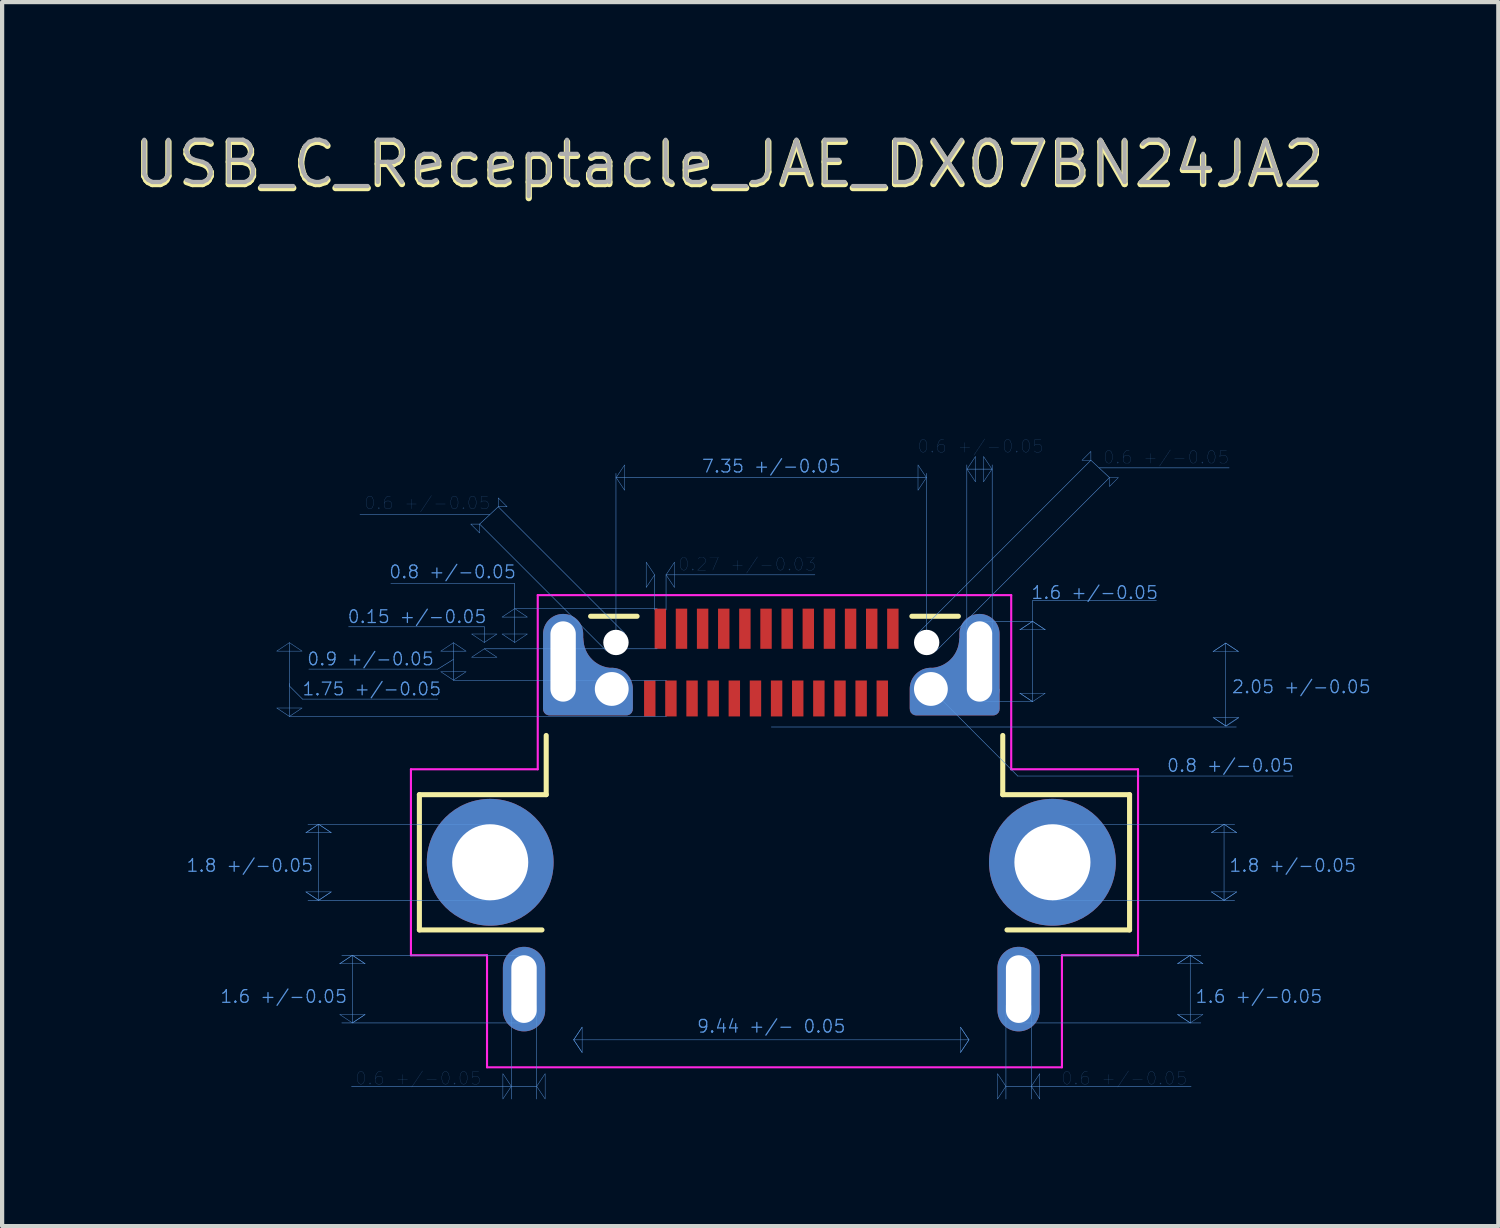
<source format=kicad_pcb>
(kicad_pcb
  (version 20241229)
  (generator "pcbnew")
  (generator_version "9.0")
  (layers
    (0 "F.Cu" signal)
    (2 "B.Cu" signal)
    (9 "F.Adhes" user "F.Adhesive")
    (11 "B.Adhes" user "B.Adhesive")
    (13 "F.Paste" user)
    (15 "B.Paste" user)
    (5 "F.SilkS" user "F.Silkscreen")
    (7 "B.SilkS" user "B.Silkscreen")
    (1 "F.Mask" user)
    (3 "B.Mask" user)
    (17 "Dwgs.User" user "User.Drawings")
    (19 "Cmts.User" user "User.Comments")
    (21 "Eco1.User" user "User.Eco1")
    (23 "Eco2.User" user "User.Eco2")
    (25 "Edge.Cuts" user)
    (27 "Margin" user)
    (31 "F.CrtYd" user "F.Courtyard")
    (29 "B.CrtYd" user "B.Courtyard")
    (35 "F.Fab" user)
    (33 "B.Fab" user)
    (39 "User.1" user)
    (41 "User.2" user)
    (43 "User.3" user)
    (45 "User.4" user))
  (footprint "USB_C_Receptacle_JAE_DX07BN24JA2"
    (layer "F.Cu")
    (at 15.196 12.148)
    (property "Reference" "USB_C_Receptacle_JAE_DX07BN24JA2" (at -1 -11.3 0) (layer "F.SilkS") (effects (font (size 1 1) (thickness 0.15))))
    (attr through_hole)
    (fp_line (start -8.325 3.6) (end -8.325 6.8) (stroke (width 0.12) (type solid)) (layer "F.SilkS"))
    (fp_line (start -8.325 3.6) (end -5.325 3.6) (stroke (width 0.12) (type solid)) (layer "F.SilkS"))
    (fp_line (start -8.325 6.8) (end -5.425 6.8) (stroke (width 0.12) (type solid)) (layer "F.SilkS"))
    (fp_line (start -5.325 2.2) (end -5.325 3.6) (stroke (width 0.12) (type solid)) (layer "F.SilkS"))
    (fp_line (start -4.275 -0.62) (end -3.175 -0.62) (stroke (width 0.12) (type solid)) (layer "F.SilkS"))
    (fp_line (start 4.425 -0.62) (end 3.325 -0.62) (stroke (width 0.12) (type solid)) (layer "F.SilkS"))
    (fp_line (start 5.475 2.2) (end 5.475 3.6) (stroke (width 0.12) (type solid)) (layer "F.SilkS"))
    (fp_line (start 8.475 3.6) (end 5.475 3.6) (stroke (width 0.12) (type solid)) (layer "F.SilkS"))
    (fp_line (start 8.475 3.6) (end 8.475 6.8) (stroke (width 0.12) (type solid)) (layer "F.SilkS"))
    (fp_line (start 8.475 6.8) (end 5.575 6.8) (stroke (width 0.12) (type solid)) (layer "F.SilkS"))
    (fp_line (start -11.4 0) (end 11 0) (stroke (width 0.001) (type solid)) (layer "Cmts.User"))
    (fp_line (start -11.4 0.97) (end -11.4 1.03) (stroke (width 0.012) (type solid)) (layer "Cmts.User"))
    (fp_line (start -11.4 1.03) (end -11.09 1.34) (stroke (width 0.012) (type solid)) (layer "Cmts.User"))
    (fp_line (start -11.4 1.75) (end -11.4 0.006) (stroke (width 0.012) (type solid)) (layer "Cmts.User"))
    (fp_line (start -11.4 1.75) (end -2.48 1.75) (stroke (width 0.012) (type solid)) (layer "Cmts.User"))
    (fp_line (start -10.94 0.63) (end -7.89 0.63) (stroke (width 0.012) (type solid)) (layer "Cmts.User"))
    (fp_line (start -10.71 4.3) (end -11.01 4.5) (stroke (width 0.012) (type solid)) (layer "Cmts.User"))
    (fp_line (start -10.71 4.3) (end -10.41 4.5) (stroke (width 0.012) (type solid)) (layer "Cmts.User"))
    (fp_line (start -10.71 6.1) (end -11.01 5.9) (stroke (width 0.012) (type solid)) (layer "Cmts.User"))
    (fp_line (start -10.71 6.1) (end -10.71 4.3) (stroke (width 0.012) (type solid)) (layer "Cmts.User"))
    (fp_line (start -10.71 6.1) (end -10.41 5.9) (stroke (width 0.012) (type solid)) (layer "Cmts.User"))
    (fp_line (start -10 -0.37) (end -6.79 -0.37) (stroke (width 0.012) (type solid)) (layer "Cmts.User"))
    (fp_line (start -9.91 7.4) (end -10.21 7.6) (stroke (width 0.012) (type solid)) (layer "Cmts.User"))
    (fp_line (start -9.91 7.4) (end -9.61 7.6) (stroke (width 0.012) (type solid)) (layer "Cmts.User"))
    (fp_line (start -9.91 9) (end -9.91 7.4) (stroke (width 0.012) (type solid)) (layer "Cmts.User"))
    (fp_line (start -9.91 9) (end -9.61 8.8) (stroke (width 0.012) (type solid)) (layer "Cmts.User"))
    (fp_line (start -9 -1.39) (end -6.07 -1.39) (stroke (width 0.012) (type solid)) (layer "Cmts.User"))
    (fp_line (start -7.89 0.63) (end -7.52 0.4) (stroke (width 0.012) (type solid)) (layer "Cmts.User"))
    (fp_line (start -7.89 1.34) (end -11.09 1.34) (stroke (width 0.012) (type solid)) (layer "Cmts.User"))
    (fp_line (start -7.52 0.006) (end -7.52 0.891) (stroke (width 0.012) (type solid)) (layer "Cmts.User"))
    (fp_line (start -7.52 0.9) (end -2.48 0.9) (stroke (width 0.012) (type solid)) (layer "Cmts.User"))
    (fp_line (start -6.9 -2.8) (end -3.9 0.2) (stroke (width 0.012) (type solid)) (layer "Cmts.User"))
    (fp_line (start -6.79 0) (end -6.79 -0.37) (stroke (width 0.012) (type solid)) (layer "Cmts.User"))
    (fp_line (start -6.79 0.15) (end -2.7 0.15) (stroke (width 0.012) (type solid)) (layer "Cmts.User"))
    (fp_line (start -6.66 -3.03) (end -9.73 -3.03) (stroke (width 0.012) (type solid)) (layer "Cmts.User"))
    (fp_line (start -6.65 4.3) (end -10.96 4.3) (stroke (width 0.012) (type solid)) (layer "Cmts.User"))
    (fp_line (start -6.65 6.1) (end -10.96 6.1) (stroke (width 0.012) (type solid)) (layer "Cmts.User"))
    (fp_line (start -6.46 -3.21) (end -6.9 -2.8) (stroke (width 0.012) (type solid)) (layer "Cmts.User"))
    (fp_line (start -6.46 -3.21) (end -3.47 -0.22) (stroke (width 0.012) (type solid)) (layer "Cmts.User"))
    (fp_line (start -6.15 10.8) (end -6.15 8.59) (stroke (width 0.012) (type solid)) (layer "Cmts.User"))
    (fp_line (start -6.07 -0.8) (end -2.7 -0.8) (stroke (width 0.012) (type solid)) (layer "Cmts.User"))
    (fp_line (start -6.07 0) (end -6.07 -1.39) (stroke (width 0.012) (type solid)) (layer "Cmts.User"))
    (fp_line (start -5.85 7.4) (end -10.16 7.4) (stroke (width 0.012) (type solid)) (layer "Cmts.User"))
    (fp_line (start -5.85 9) (end -10.16 9) (stroke (width 0.012) (type solid)) (layer "Cmts.User"))
    (fp_line (start -5.55 10.5) (end -9.93 10.5) (stroke (width 0.012) (type solid)) (layer "Cmts.User"))
    (fp_line (start -5.55 10.8) (end -5.55 8.59) (stroke (width 0.012) (type solid)) (layer "Cmts.User"))
    (fp_line (start -4.675 9.4) (end -4.475 9.1) (stroke (width 0.012) (type solid)) (layer "Cmts.User"))
    (fp_line (start -4.675 9.4) (end -4.475 9.7) (stroke (width 0.012) (type solid)) (layer "Cmts.User"))
    (fp_line (start -4.675 9.4) (end 4.675 9.4) (stroke (width 0.012) (type solid)) (layer "Cmts.User"))
    (fp_line (start -3.675 -4) (end -3.675 0) (stroke (width 0.012) (type solid)) (layer "Cmts.User"))
    (fp_line (start -3.675 -3.9) (end 3.675 -3.9) (stroke (width 0.012) (type solid)) (layer "Cmts.User"))
    (fp_line (start -2.76 -1.6) (end -2.76 -0.77) (stroke (width 0.012) (type solid)) (layer "Cmts.User"))
    (fp_line (start -2.49 -1.6) (end -2.49 -0.77) (stroke (width 0.012) (type solid)) (layer "Cmts.User"))
    (fp_line (start -2.49 -1.6) (end 1.03 -1.6) (stroke (width 0.012) (type solid)) (layer "Cmts.User"))
    (fp_line (start 0 2) (end 11 2) (stroke (width 0.012) (type solid)) (layer "Cmts.User"))
    (fp_line (start 3.375 1.1) (end 4.175 1.1) (stroke (width 0.012) (type solid)) (layer "Cmts.User"))
    (fp_line (start 3.675 -4) (end 3.675 0) (stroke (width 0.012) (type solid)) (layer "Cmts.User"))
    (fp_line (start 3.775 1.1) (end 5.83 3.16) (stroke (width 0.012) (type solid)) (layer "Cmts.User"))
    (fp_line (start 3.775 1.5) (end 3.775 0.7) (stroke (width 0.012) (type solid)) (layer "Cmts.User"))
    (fp_line (start 4.625 -4.2) (end 4.625 -0.2) (stroke (width 0.012) (type solid)) (layer "Cmts.User"))
    (fp_line (start 4.63 -4.1) (end 5.225 -4.1) (stroke (width 0.012) (type solid)) (layer "Cmts.User"))
    (fp_line (start 4.675 9.4) (end 4.475 9.1) (stroke (width 0.012) (type solid)) (layer "Cmts.User"))
    (fp_line (start 4.675 9.4) (end 4.475 9.7) (stroke (width 0.012) (type solid)) (layer "Cmts.User"))
    (fp_line (start 4.93 -0.5) (end 6.18 -0.5) (stroke (width 0.012) (type solid)) (layer "Cmts.User"))
    (fp_line (start 4.93 1.4) (end 6.18 1.4) (stroke (width 0.012) (type solid)) (layer "Cmts.User"))
    (fp_line (start 5.225 -4.2) (end 5.225 -0.2) (stroke (width 0.012) (type solid)) (layer "Cmts.User"))
    (fp_line (start 5.55 10.5) (end 9.93 10.5) (stroke (width 0.012) (type solid)) (layer "Cmts.User"))
    (fp_line (start 5.55 10.8) (end 5.55 8.59) (stroke (width 0.012) (type solid)) (layer "Cmts.User"))
    (fp_line (start 5.83 3.16) (end 12.34 3.16) (stroke (width 0.012) (type solid)) (layer "Cmts.User"))
    (fp_line (start 5.85 7.4) (end 10.16 7.4) (stroke (width 0.012) (type solid)) (layer "Cmts.User"))
    (fp_line (start 5.85 9) (end 10.16 9) (stroke (width 0.012) (type solid)) (layer "Cmts.User"))
    (fp_line (start 6.15 10.8) (end 6.15 8.59) (stroke (width 0.012) (type solid)) (layer "Cmts.User"))
    (fp_line (start 6.18 -0.99) (end 9.11 -0.99) (stroke (width 0.012) (type solid)) (layer "Cmts.User"))
    (fp_line (start 6.18 -0.5) (end 5.88 -0.3) (stroke (width 0.012) (type solid)) (layer "Cmts.User"))
    (fp_line (start 6.18 -0.5) (end 6.48 -0.3) (stroke (width 0.012) (type solid)) (layer "Cmts.User"))
    (fp_line (start 6.18 1.4) (end 5.88 1.2) (stroke (width 0.012) (type solid)) (layer "Cmts.User"))
    (fp_line (start 6.18 1.4) (end 6.18 -0.99) (stroke (width 0.012) (type solid)) (layer "Cmts.User"))
    (fp_line (start 6.65 4.3) (end 10.96 4.3) (stroke (width 0.012) (type solid)) (layer "Cmts.User"))
    (fp_line (start 6.65 6.1) (end 10.96 6.1) (stroke (width 0.012) (type solid)) (layer "Cmts.User"))
    (fp_line (start 7.56 -4.31) (end 3.46 -0.21) (stroke (width 0.012) (type solid)) (layer "Cmts.User"))
    (fp_line (start 7.56 -4.31) (end 8 -3.9) (stroke (width 0.012) (type solid)) (layer "Cmts.User"))
    (fp_line (start 7.76 -4.13) (end 10.83 -4.13) (stroke (width 0.012) (type solid)) (layer "Cmts.User"))
    (fp_line (start 8 -3.9) (end 3.9 0.2) (stroke (width 0.012) (type solid)) (layer "Cmts.User"))
    (fp_line (start 9.91 7.4) (end 9.61 7.6) (stroke (width 0.012) (type solid)) (layer "Cmts.User"))
    (fp_line (start 9.91 7.4) (end 10.21 7.6) (stroke (width 0.012) (type solid)) (layer "Cmts.User"))
    (fp_line (start 9.91 9) (end 9.61 8.8) (stroke (width 0.012) (type solid)) (layer "Cmts.User"))
    (fp_line (start 9.91 9) (end 9.91 7.4) (stroke (width 0.012) (type solid)) (layer "Cmts.User"))
    (fp_line (start 10.71 4.3) (end 10.41 4.5) (stroke (width 0.012) (type solid)) (layer "Cmts.User"))
    (fp_line (start 10.71 4.3) (end 11.01 4.5) (stroke (width 0.012) (type solid)) (layer "Cmts.User"))
    (fp_line (start 10.71 6.1) (end 10.41 5.9) (stroke (width 0.012) (type solid)) (layer "Cmts.User"))
    (fp_line (start 10.71 6.1) (end 10.71 4.3) (stroke (width 0.012) (type solid)) (layer "Cmts.User"))
    (fp_line (start 10.71 6.1) (end 11.01 5.9) (stroke (width 0.012) (type solid)) (layer "Cmts.User"))
    (fp_line (start 10.75 0.015) (end 10.45 0.215) (stroke (width 0.012) (type solid)) (layer "Cmts.User"))
    (fp_line (start 10.75 0.015) (end 11.05 0.215) (stroke (width 0.012) (type solid)) (layer "Cmts.User"))
    (fp_line (start 10.75 1.975) (end 10.45 1.775) (stroke (width 0.012) (type solid)) (layer "Cmts.User"))
    (fp_line (start 10.75 1.975) (end 10.75 0.015) (stroke (width 0.012) (type solid)) (layer "Cmts.User"))
    (fp_line (start 10.75 1.975) (end 11.05 1.775) (stroke (width 0.012) (type solid)) (layer "Cmts.User"))
    (fp_circle (center 3.775 1.1) (end 3.927 1.1) (stroke (width 0.012) (type solid)) (fill no) (layer "Cmts.User"))
    (fp_poly (pts (xy -11.4 0.005) (xy -11.1 0.205) (xy -11.7 0.205)) (stroke (width 0.01) (type solid)) (fill no) (layer "Cmts.User"))
    (fp_poly (pts (xy -11.4 1.75) (xy -11.7 1.55) (xy -11.1 1.55)) (stroke (width 0.01) (type solid)) (fill no) (layer "Cmts.User"))
    (fp_poly (pts (xy -10.71 4.3) (xy -11.01 4.5) (xy -10.41 4.5)) (stroke (width 0.01) (type solid)) (fill no) (layer "Cmts.User"))
    (fp_poly (pts (xy -10.71 6.1) (xy -10.41 5.9) (xy -11.01 5.9)) (stroke (width 0.01) (type solid)) (fill no) (layer "Cmts.User"))
    (fp_poly (pts (xy -9.91 7.4) (xy -10.21 7.6) (xy -9.61 7.6)) (stroke (width 0.01) (type solid)) (fill no) (layer "Cmts.User"))
    (fp_poly (pts (xy -9.91 9) (xy -9.61 8.8) (xy -10.21 8.8)) (stroke (width 0.01) (type solid)) (fill no) (layer "Cmts.User"))
    (fp_poly (pts (xy -7.52 0.006) (xy -7.22 0.206) (xy -7.82 0.206)) (stroke (width 0.01) (type solid)) (fill no) (layer "Cmts.User"))
    (fp_poly (pts (xy -7.52 0.892) (xy -7.82 0.692) (xy -7.22 0.692)) (stroke (width 0.01) (type solid)) (fill no) (layer "Cmts.User"))
    (fp_poly (pts (xy -6.9 -2.59) (xy -6.9 -2.8) (xy -7.11 -2.8)) (stroke (width 0.01) (type solid)) (fill no) (layer "Cmts.User"))
    (fp_poly (pts (xy -6.79 0) (xy -7.09 -0.2) (xy -6.49 -0.2)) (stroke (width 0.01) (type solid)) (fill no) (layer "Cmts.User"))
    (fp_poly (pts (xy -6.79 0.15) (xy -6.49 0.35) (xy -7.09 0.35)) (stroke (width 0.01) (type solid)) (fill no) (layer "Cmts.User"))
    (fp_poly (pts (xy -6.46 -3.42) (xy -6.46 -3.21) (xy -6.25 -3.21)) (stroke (width 0.01) (type solid)) (fill no) (layer "Cmts.User"))
    (fp_poly (pts (xy -6.15 10.5) (xy -6.35 10.2) (xy -6.35 10.8)) (stroke (width 0.01) (type solid)) (fill no) (layer "Cmts.User"))
    (fp_poly (pts (xy -6.07 -0.8) (xy -5.77 -0.6) (xy -6.37 -0.6)) (stroke (width 0.01) (type solid)) (fill no) (layer "Cmts.User"))
    (fp_poly (pts (xy -6.07 0) (xy -6.37 -0.2) (xy -5.77 -0.2)) (stroke (width 0.01) (type solid)) (fill no) (layer "Cmts.User"))
    (fp_poly (pts (xy -5.55 10.5) (xy -5.35 10.8) (xy -5.35 10.2)) (stroke (width 0.01) (type solid)) (fill no) (layer "Cmts.User"))
    (fp_poly (pts (xy -4.675 9.4) (xy -4.475 9.1) (xy -4.475 9.7)) (stroke (width 0.01) (type solid)) (fill no) (layer "Cmts.User"))
    (fp_poly (pts (xy -3.67 -3.9) (xy -3.47 -4.2) (xy -3.47 -3.6)) (stroke (width 0.01) (type solid)) (fill no) (layer "Cmts.User"))
    (fp_poly (pts (xy -2.76 -1.6) (xy -2.96 -1.3) (xy -2.96 -1.9)) (stroke (width 0.01) (type solid)) (fill no) (layer "Cmts.User"))
    (fp_poly (pts (xy -2.49 -1.6) (xy -2.29 -1.9) (xy -2.29 -1.3)) (stroke (width 0.01) (type solid)) (fill no) (layer "Cmts.User"))
    (fp_poly (pts (xy 3.67 -3.9) (xy 3.47 -3.6) (xy 3.47 -4.2)) (stroke (width 0.01) (type solid)) (fill no) (layer "Cmts.User"))
    (fp_poly (pts (xy 4.63 -4.1) (xy 4.83 -4.4) (xy 4.83 -3.8)) (stroke (width 0.01) (type solid)) (fill no) (layer "Cmts.User"))
    (fp_poly (pts (xy 4.675 9.4) (xy 4.475 9.7) (xy 4.475 9.1)) (stroke (width 0.01) (type solid)) (fill no) (layer "Cmts.User"))
    (fp_poly (pts (xy 5.22 -4.1) (xy 5.02 -3.8) (xy 5.02 -4.4)) (stroke (width 0.01) (type solid)) (fill no) (layer "Cmts.User"))
    (fp_poly (pts (xy 5.55 10.5) (xy 5.35 10.8) (xy 5.35 10.2)) (stroke (width 0.01) (type solid)) (fill no) (layer "Cmts.User"))
    (fp_poly (pts (xy 6.15 10.5) (xy 6.35 10.2) (xy 6.35 10.8)) (stroke (width 0.01) (type solid)) (fill no) (layer "Cmts.User"))
    (fp_poly (pts (xy 6.18 -0.5) (xy 6.48 -0.3) (xy 5.88 -0.3)) (stroke (width 0.01) (type solid)) (fill no) (layer "Cmts.User"))
    (fp_poly (pts (xy 6.18 1.4) (xy 5.88 1.2) (xy 6.48 1.2)) (stroke (width 0.01) (type solid)) (fill no) (layer "Cmts.User"))
    (fp_poly (pts (xy 7.56 -4.52) (xy 7.56 -4.31) (xy 7.35 -4.31)) (stroke (width 0.01) (type solid)) (fill no) (layer "Cmts.User"))
    (fp_poly (pts (xy 8 -3.69) (xy 8 -3.9) (xy 8.21 -3.9)) (stroke (width 0.01) (type solid)) (fill no) (layer "Cmts.User"))
    (fp_poly (pts (xy 9.91 7.4) (xy 10.21 7.6) (xy 9.61 7.6)) (stroke (width 0.01) (type solid)) (fill no) (layer "Cmts.User"))
    (fp_poly (pts (xy 9.91 9) (xy 9.61 8.8) (xy 10.21 8.8)) (stroke (width 0.01) (type solid)) (fill no) (layer "Cmts.User"))
    (fp_poly (pts (xy 10.71 4.3) (xy 11.01 4.5) (xy 10.41 4.5)) (stroke (width 0.01) (type solid)) (fill no) (layer "Cmts.User"))
    (fp_poly (pts (xy 10.71 6.1) (xy 10.41 5.9) (xy 11.01 5.9)) (stroke (width 0.01) (type solid)) (fill no) (layer "Cmts.User"))
    (fp_poly (pts (xy 10.75 0.015) (xy 11.05 0.215) (xy 10.45 0.215)) (stroke (width 0.01) (type solid)) (fill no) (layer "Cmts.User"))
    (fp_poly (pts (xy 10.76 1.98) (xy 10.46 1.78) (xy 11.06 1.78)) (stroke (width 0.01) (type solid)) (fill no) (layer "Cmts.User"))
    (fp_line (start -4.72 2) (end 4.72 2) (stroke (width 0.05) (type solid)) (layer "Eco2.User"))
    (fp_line (start -4.72 2.8) (end -4.72 9.4) (stroke (width 0.05) (type solid)) (layer "Eco2.User"))
    (fp_line (start -4.72 9.4) (end -5.87 9.4) (stroke (width 0.05) (type solid)) (layer "Eco2.User"))
    (fp_line (start 4.72 2.8) (end 4.72 9.4) (stroke (width 0.05) (type solid)) (layer "Eco2.User"))
    (fp_line (start 4.72 9.4) (end 5.87 9.4) (stroke (width 0.05) (type solid)) (layer "Eco2.User"))
    (fp_arc (start -4.72 2.8) (mid -5.120223 2.400112) (end -4.720223 2) (stroke (width 0.05) (type solid)) (layer "Eco2.User"))
    (fp_arc (start 4.719777 2) (mid 5.12 2.399888) (end 4.72 2.8) (stroke (width 0.05) (type solid)) (layer "Eco2.User"))
    (fp_line (start -8.525 3) (end -8.525 7.4) (stroke (width 0.05) (type solid)) (layer "F.CrtYd"))
    (fp_line (start -8.525 7.4) (end -6.725 7.4) (stroke (width 0.05) (type solid)) (layer "F.CrtYd"))
    (fp_line (start -6.725 10.05) (end -6.725 7.4) (stroke (width 0.05) (type solid)) (layer "F.CrtYd"))
    (fp_line (start -6.725 10.05) (end 6.875 10.05) (stroke (width 0.05) (type solid)) (layer "F.CrtYd"))
    (fp_line (start -5.525 -1.12) (end -5.525 3) (stroke (width 0.05) (type solid)) (layer "F.CrtYd"))
    (fp_line (start -5.525 -1.12) (end 5.675 -1.12) (stroke (width 0.05) (type solid)) (layer "F.CrtYd"))
    (fp_line (start -5.525 3) (end -8.525 3) (stroke (width 0.05) (type solid)) (layer "F.CrtYd"))
    (fp_line (start 5.675 -1.12) (end 5.675 3) (stroke (width 0.05) (type solid)) (layer "F.CrtYd"))
    (fp_line (start 5.675 3) (end 8.675 3) (stroke (width 0.05) (type solid)) (layer "F.CrtYd"))
    (fp_line (start 6.875 7.4) (end 6.875 10.05) (stroke (width 0.05) (type solid)) (layer "F.CrtYd"))
    (fp_line (start 8.675 3) (end 8.675 7.4) (stroke (width 0.05) (type solid)) (layer "F.CrtYd"))
    (fp_line (start 8.675 7.4) (end 6.875 7.4) (stroke (width 0.05) (type solid)) (layer "F.CrtYd"))
    (fp_text user "0.8 +/-0.05" (at 10.86 2.91 0) (layer "Cmts.User") (effects (font (size 0.3 0.3) (thickness 0.03))))
    (fp_text user "0.8 +/-0.05" (at -7.54 -1.67 0) (layer "Cmts.User") (effects (font (size 0.3 0.3) (thickness 0.03))))
    (fp_text user "0.6 +/-0.05" (at 9.34 -4.38 180) (layer "Cmts.User") (effects (font (size 0.3 0.3) (thickness 0.003))))
    (fp_text user "1.6 +/-0.05" (at -11.535 8.375 0) (layer "Cmts.User") (effects (font (size 0.3 0.3) (thickness 0.03))))
    (fp_text user "0.9 +/-0.05" (at -9.48 0.39 0) (layer "Cmts.User") (effects (font (size 0.3 0.3) (thickness 0.03))))
    (fp_text user "1.8 +/-0.05" (at -12.335 5.275 0) (layer "Cmts.User") (effects (font (size 0.3 0.3) (thickness 0.03))))
    (fp_text user "0.6 +/-0.05" (at -8.14 -3.3 180) (layer "Cmts.User") (effects (font (size 0.3 0.3) (thickness 0.003))))
    (fp_text user "1.75 +/-0.05" (at -9.45 1.1 0) (layer "Cmts.User") (effects (font (size 0.3 0.3) (thickness 0.03))))
    (fp_text user "9.44 +/- 0.05" (at 0 9.08 0) (layer "Cmts.User") (effects (font (size 0.3 0.3) (thickness 0.03))))
    (fp_text user "0.6 +/-0.05" (at 8.35 10.31 180) (layer "Cmts.User") (effects (font (size 0.3 0.3) (thickness 0.003))))
    (fp_text user "2.05 +/-0.05" (at 12.54 1.05 0) (layer "Cmts.User") (effects (font (size 0.3 0.3) (thickness 0.03))))
    (fp_text user "0.6 +/-0.05" (at -8.35 10.31 180) (layer "Cmts.User") (effects (font (size 0.3 0.3) (thickness 0.003))))
    (fp_text user "0.27 +/-0.03" (at -0.57 -1.85 180) (layer "Cmts.User") (effects (font (size 0.3 0.3) (thickness 0.003))))
    (fp_text user "1.6 +/-0.05" (at 7.65 -1.18 0) (layer "Cmts.User") (effects (font (size 0.3 0.3) (thickness 0.03))))
    (fp_text user "1.6 +/-0.05" (at 11.535 8.375 0) (layer "Cmts.User") (effects (font (size 0.3 0.3) (thickness 0.03))))
    (fp_text user "1.8 +/-0.05" (at 12.335 5.275 0) (layer "Cmts.User") (effects (font (size 0.3 0.3) (thickness 0.03))))
    (fp_text user "0.15 +/-0.05" (at -8.38 -0.61 0) (layer "Cmts.User") (effects (font (size 0.3 0.3) (thickness 0.03))))
    (fp_text user "7.35 +/-0.05" (at 0 -4.17 0) (layer "Cmts.User") (effects (font (size 0.3 0.3) (thickness 0.03))))
    (fp_text user "0.6 +/-0.05" (at 4.95 -4.64 180) (layer "Cmts.User") (effects (font (size 0.3 0.3) (thickness 0.003))))
    (fp_text user "PCB EDGE CUT" (at 4.47 5.98 90) (layer "Eco2.User") (effects (font (size 0.5 0.5) (thickness 0.125))))
    (fp_text user "PCB EDGE CUT" (at -4.32 5.88 90) (layer "Eco2.User") (effects (font (size 0.5 0.5) (thickness 0.125))))
    (fp_text user "PCB EDGE CUT" (at 0.075 2.58 0) (layer "Eco2.User") (effects (font (size 0.5 0.5) (thickness 0.125))))
    (fp_text user "${REFERENCE}" (at -1 -11.35 180) (layer "F.Fab") (effects (font (size 1 1) (thickness 0.1))))
    (pad "" thru_hole custom (at -3.775 1.1) (size 1 1) (drill 0.8) (layers "*.Cu" "*.Mask") (options (anchor circle)) (primitives (gr_poly (pts (xy -0.773 -1.138) (xy -0.765 -0.018) (xy -0.864 0.244) (xy -0.889 0.429) (xy -0.313 0.395) (xy -0.365 0.294) (xy -0.458 0.087) (xy -0.423 -0.212) (xy -0.201 -0.417) (xy -0.004 -0.459) (xy 0.17 -0.436) (xy 0.33 -0.333) (xy 0.441 -0.15) (xy 0.454 0.132) (xy 0.261 0.428) (xy 0.346 0.557) (xy 0.5 0.469) (xy 0.5 0.006) (xy 0.498 -0.045) (xy 0.494 -0.074) (xy 0.484 -0.125) (xy 0.47 -0.17) (xy 0.452 -0.214) (xy 0.428 -0.259) (xy 0.422 -0.268) (xy 0.401 -0.298) (xy 0.37 -0.336) (xy 0.34 -0.366) (xy 0.303 -0.398) (xy 0.258 -0.428) (xy 0.206 -0.456) (xy 0.158 -0.474) (xy 0.101 -0.49) (xy 0.049 -0.497) (xy 0.01 -0.5) (xy -0.048 -0.499) (xy -0.089 -0.505) (xy -0.123 -0.511) (xy -0.179 -0.526) (xy -0.215 -0.539) (xy -0.244 -0.549) (xy -0.299 -0.575) (xy -0.348 -0.604) (xy -0.391 -0.634) (xy -0.417 -0.653) (xy -0.457 -0.689) (xy -0.487 -0.721) (xy -0.51 -0.746) (xy -0.521 -0.76) (xy -0.539 -0.785) (xy -0.553 -0.804) (xy -0.579 -0.847) (xy -0.591 -0.869) (xy -0.617 -0.924) (xy -0.639 -0.983) (xy -0.646 -1.011) (xy -0.657 -1.054) (xy -0.664 -1.104) (xy -0.674 -1.163) (xy -0.675 -1.198)) (width 0.001) (fill yes)) (gr_line (start -1.476 0.475) (end 0.35 0.475) (width 0.3)) (gr_poly (pts (xy -0.773 -1.139) (xy -0.765 -0.019) (xy -0.864 0.243) (xy -0.889 0.428) (xy -0.313 0.394) (xy -0.365 0.293) (xy -0.458 0.086) (xy -0.423 -0.213) (xy -0.201 -0.418) (xy -0.004 -0.46) (xy 0.17 -0.437) (xy 0.33 -0.334) (xy 0.441 -0.151) (xy 0.454 0.131) (xy 0.261 0.427) (xy 0.346 0.556) (xy 0.5 0.468) (xy 0.5 0.005) (xy 0.498 -0.046) (xy 0.494 -0.075) (xy 0.484 -0.126) (xy 0.47 -0.171) (xy 0.452 -0.215) (xy 0.428 -0.26) (xy 0.422 -0.269) (xy 0.401 -0.299) (xy 0.37 -0.337) (xy 0.34 -0.367) (xy 0.303 -0.399) (xy 0.258 -0.429) (xy 0.206 -0.457) (xy 0.158 -0.475) (xy 0.101 -0.491) (xy 0.049 -0.498) (xy 0.01 -0.501) (xy -0.048 -0.5) (xy -0.089 -0.506) (xy -0.123 -0.512) (xy -0.179 -0.527) (xy -0.215 -0.54) (xy -0.244 -0.55) (xy -0.299 -0.576) (xy -0.348 -0.605) (xy -0.391 -0.635) (xy -0.417 -0.654) (xy -0.457 -0.69) (xy -0.487 -0.722) (xy -0.51 -0.747) (xy -0.521 -0.761) (xy -0.539 -0.786) (xy -0.553 -0.805) (xy -0.579 -0.848) (xy -0.591 -0.87) (xy -0.617 -0.925) (xy -0.639 -0.984) (xy -0.646 -1.012) (xy -0.657 -1.055) (xy -0.664 -1.105) (xy -0.674 -1.164) (xy -0.675 -1.199)) (width 0.001) (fill yes)) (gr_poly (pts (xy -1.625 0.475) (xy -1.344 0.34) (xy -1.624 -0.006)) (width 0.002) (fill yes)) (gr_line (start -1.476 0.475) (end 0.35 0.475) (width 0.3)) (gr_poly (pts (xy -1.625 0.475) (xy -1.344 0.34) (xy -1.624 -0.006)) (width 0.002) (fill yes))))
    (pad "" np_thru_hole circle (at -3.675 0) (size 0.6 0.6) (drill 0.6) (layers "*.Cu" "*.Mask"))
    (pad "" np_thru_hole circle (at 3.675 0) (size 0.6 0.6) (drill 0.6) (layers "*.Cu" "*.Mask"))
    (pad "" thru_hole custom (at 3.775 1.1) (size 1 1) (drill 0.8) (layers "*.Cu" "*.Mask") (options (anchor circle)) (primitives (gr_poly (pts (xy 0.773 -1.138) (xy 0.765 -0.018) (xy 0.864 0.244) (xy 0.889 0.429) (xy 0.313 0.395) (xy 0.365 0.294) (xy 0.458 0.087) (xy 0.423 -0.212) (xy 0.201 -0.417) (xy 0.004 -0.459) (xy -0.17 -0.436) (xy -0.33 -0.333) (xy -0.441 -0.15) (xy -0.454 0.132) (xy -0.261 0.428) (xy -0.346 0.557) (xy -0.5 0.469) (xy -0.5 0.006) (xy -0.498 -0.045) (xy -0.494 -0.074) (xy -0.484 -0.125) (xy -0.47 -0.17) (xy -0.452 -0.214) (xy -0.428 -0.259) (xy -0.422 -0.268) (xy -0.401 -0.298) (xy -0.37 -0.336) (xy -0.34 -0.366) (xy -0.303 -0.398) (xy -0.258 -0.428) (xy -0.206 -0.456) (xy -0.158 -0.474) (xy -0.101 -0.49) (xy -0.049 -0.497) (xy -0.01 -0.5) (xy 0.048 -0.499) (xy 0.089 -0.505) (xy 0.123 -0.511) (xy 0.179 -0.526) (xy 0.215 -0.539) (xy 0.244 -0.549) (xy 0.299 -0.575) (xy 0.348 -0.604) (xy 0.391 -0.634) (xy 0.417 -0.653) (xy 0.457 -0.689) (xy 0.487 -0.721) (xy 0.51 -0.746) (xy 0.521 -0.76) (xy 0.539 -0.785) (xy 0.553 -0.804) (xy 0.579 -0.847) (xy 0.591 -0.869) (xy 0.617 -0.924) (xy 0.639 -0.983) (xy 0.646 -1.011) (xy 0.657 -1.054) (xy 0.664 -1.104) (xy 0.674 -1.163) (xy 0.675 -1.198)) (width 0.001) (fill yes)) (gr_line (start -0.35 0.475) (end 1.476 0.475) (width 0.3)) (gr_poly (pts (xy 0.773 -1.139) (xy 0.765 -0.019) (xy 0.864 0.243) (xy 0.889 0.428) (xy 0.313 0.394) (xy 0.365 0.293) (xy 0.458 0.086) (xy 0.423 -0.213) (xy 0.201 -0.418) (xy 0.004 -0.46) (xy -0.17 -0.437) (xy -0.33 -0.334) (xy -0.441 -0.151) (xy -0.454 0.131) (xy -0.261 0.427) (xy -0.346 0.556) (xy -0.5 0.468) (xy -0.5 0.005) (xy -0.498 -0.046) (xy -0.494 -0.075) (xy -0.484 -0.126) (xy -0.47 -0.171) (xy -0.452 -0.215) (xy -0.428 -0.26) (xy -0.422 -0.269) (xy -0.401 -0.299) (xy -0.37 -0.337) (xy -0.34 -0.367) (xy -0.303 -0.399) (xy -0.258 -0.429) (xy -0.206 -0.457) (xy -0.158 -0.475) (xy -0.101 -0.491) (xy -0.049 -0.498) (xy -0.01 -0.501) (xy 0.048 -0.5) (xy 0.089 -0.506) (xy 0.123 -0.512) (xy 0.179 -0.527) (xy 0.215 -0.54) (xy 0.244 -0.55) (xy 0.299 -0.576) (xy 0.348 -0.605) (xy 0.391 -0.635) (xy 0.417 -0.654) (xy 0.457 -0.69) (xy 0.487 -0.722) (xy 0.51 -0.747) (xy 0.521 -0.761) (xy 0.539 -0.786) (xy 0.553 -0.805) (xy 0.579 -0.848) (xy 0.591 -0.87) (xy 0.617 -0.925) (xy 0.639 -0.984) (xy 0.646 -1.012) (xy 0.657 -1.055) (xy 0.664 -1.105) (xy 0.674 -1.164) (xy 0.675 -1.199)) (width 0.001) (fill yes)) (gr_poly (pts (xy 1.625 0.475) (xy 1.344 0.34) (xy 1.624 -0.006)) (width 0.002) (fill yes)) (gr_line (start -0.35 0.475) (end 1.476 0.475) (width 0.3)) (gr_poly (pts (xy 1.625 0.475) (xy 1.344 0.34) (xy 1.624 -0.006)) (width 0.002) (fill yes))))
    (pad "A1" smd rect (at -2.625 -0.325) (size 0.27 0.95) (layers "F.Cu" "F.Mask" "F.Paste"))
    (pad "A2" smd rect (at -2.125 -0.325) (size 0.27 0.95) (layers "F.Cu" "F.Mask" "F.Paste"))
    (pad "A3" smd rect (at -1.625 -0.325) (size 0.27 0.95) (layers "F.Cu" "F.Mask" "F.Paste"))
    (pad "A4" smd rect (at -1.125 -0.325) (size 0.27 0.95) (layers "F.Cu" "F.Mask" "F.Paste"))
    (pad "A5" smd rect (at -0.625 -0.325) (size 0.27 0.95) (layers "F.Cu" "F.Mask" "F.Paste"))
    (pad "A6" smd rect (at -0.125 -0.325) (size 0.27 0.95) (layers "F.Cu" "F.Mask" "F.Paste"))
    (pad "A7" smd rect (at 0.375 -0.325) (size 0.27 0.95) (layers "F.Cu" "F.Mask" "F.Paste"))
    (pad "A8" smd rect (at 0.875 -0.325 180) (size 0.27 0.95) (layers "F.Cu" "F.Mask" "F.Paste"))
    (pad "A9" smd rect (at 1.375 -0.325) (size 0.27 0.95) (layers "F.Cu" "F.Mask" "F.Paste"))
    (pad "A10" smd rect (at 1.875 -0.325) (size 0.27 0.95) (layers "F.Cu" "F.Mask" "F.Paste"))
    (pad "A11" smd rect (at 2.375 -0.325) (size 0.27 0.95) (layers "F.Cu" "F.Mask" "F.Paste"))
    (pad "A12" smd rect (at 2.875 -0.325) (size 0.27 0.95) (layers "F.Cu" "F.Mask" "F.Paste"))
    (pad "B1" smd rect (at 2.625 1.325) (size 0.27 0.85) (layers "F.Cu" "F.Mask" "F.Paste"))
    (pad "B2" smd rect (at 2.125 1.325) (size 0.27 0.85) (layers "F.Cu" "F.Mask" "F.Paste"))
    (pad "B3" smd rect (at 1.625 1.325) (size 0.27 0.85) (layers "F.Cu" "F.Mask" "F.Paste"))
    (pad "B4" smd rect (at 1.125 1.325) (size 0.27 0.85) (layers "F.Cu" "F.Mask" "F.Paste"))
    (pad "B5" smd rect (at 0.625 1.325) (size 0.27 0.85) (layers "F.Cu" "F.Mask" "F.Paste"))
    (pad "B6" smd rect (at 0.125 1.325) (size 0.27 0.85) (layers "F.Cu" "F.Mask" "F.Paste"))
    (pad "B7" smd rect (at -0.375 1.325) (size 0.27 0.85) (layers "F.Cu" "F.Mask" "F.Paste"))
    (pad "B8" smd rect (at -0.875 1.325) (size 0.27 0.85) (layers "F.Cu" "F.Mask" "F.Paste"))
    (pad "B9" smd rect (at -1.375 1.325) (size 0.27 0.85) (layers "F.Cu" "F.Mask" "F.Paste"))
    (pad "B10" smd rect (at -1.875 1.325) (size 0.27 0.85) (layers "F.Cu" "F.Mask" "F.Paste"))
    (pad "B11" smd rect (at -2.375 1.325) (size 0.27 0.85) (layers "F.Cu" "F.Mask" "F.Paste"))
    (pad "B12" smd rect (at -2.875 1.325) (size 0.27 0.85) (layers "F.Cu" "F.Mask" "F.Paste"))
    (pad "S1" thru_hole circle (at -6.65 5.2) (size 3 3) (drill 1.8) (layers "*.Cu" "*.Mask"))
    (pad "S1" thru_hole oval (at -5.85 8.2) (size 1 2) (drill oval 0.6 1.6) (layers "*.Cu" "*.Mask"))
    (pad "S1" thru_hole oval (at -4.925 0.45) (size 0.95 2.25) (drill oval 0.6 1.9) (layers "*.Cu" "*.Mask"))
    (pad "S1" thru_hole oval (at 4.925 0.45) (size 0.95 2.25) (drill oval 0.6 1.9) (layers "*.Cu" "*.Mask"))
    (pad "S1" thru_hole oval (at 5.85 8.2) (size 1 2) (drill oval 0.6 1.6) (layers "*.Cu" "*.Mask"))
    (pad "S1" thru_hole circle (at 6.65 5.2) (size 3 3) (drill 1.8) (layers "*.Cu" "*.Mask")))
  (gr_rect
    (start -3 -3)
    (end 32.394 25.954)
    (stroke (width 0.1) (type default))
    (fill no)
    (layer "Edge.Cuts")))
</source>
